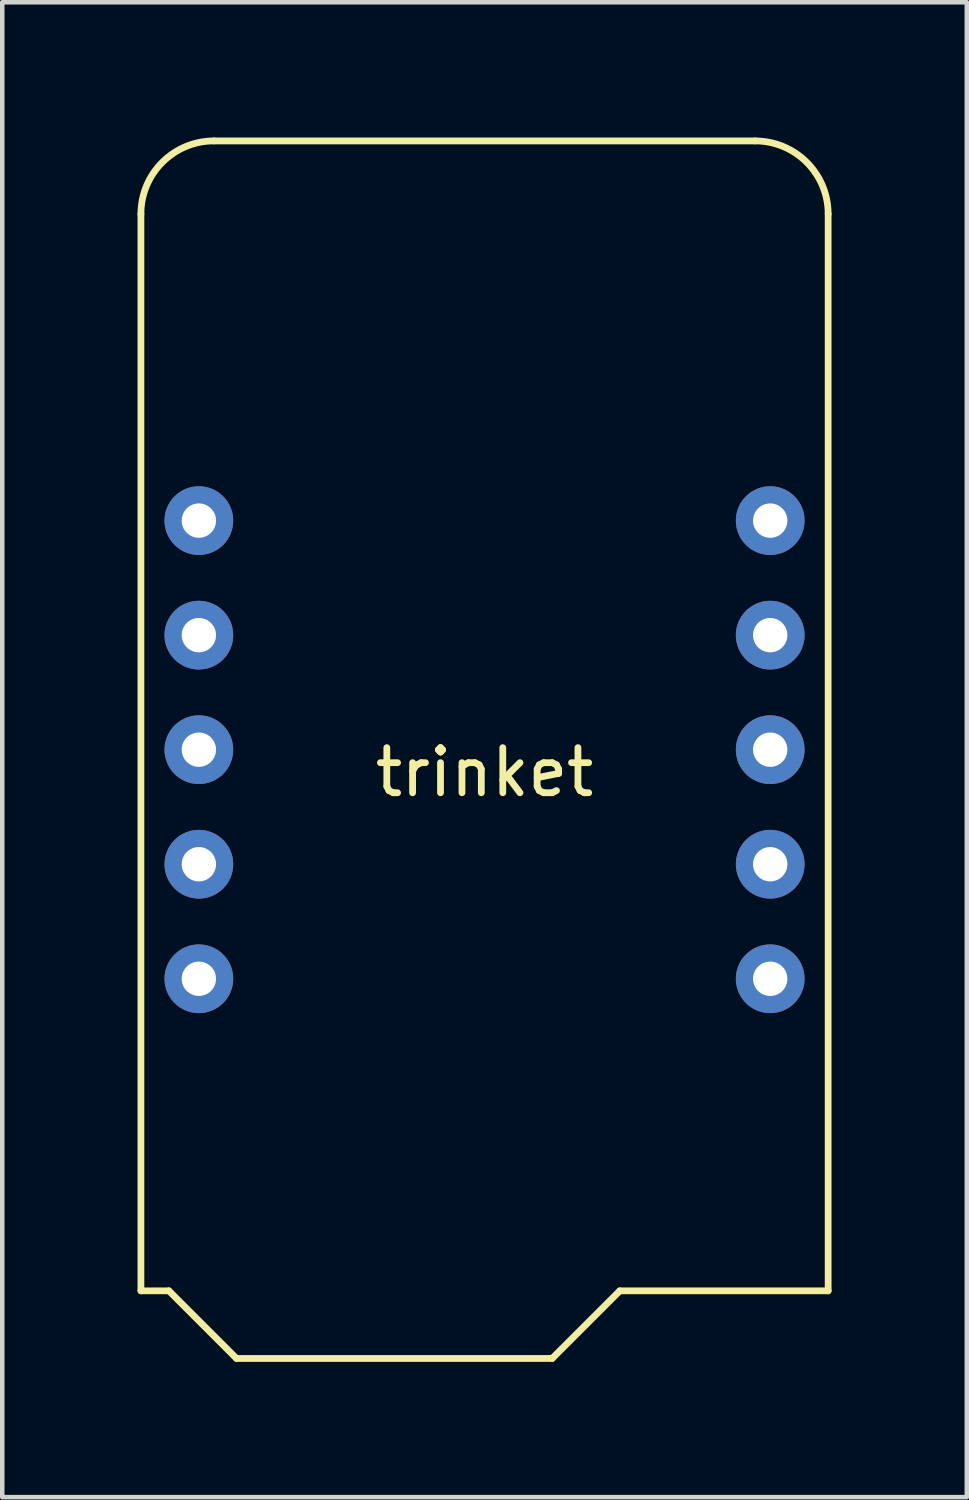
<source format=kicad_pcb>
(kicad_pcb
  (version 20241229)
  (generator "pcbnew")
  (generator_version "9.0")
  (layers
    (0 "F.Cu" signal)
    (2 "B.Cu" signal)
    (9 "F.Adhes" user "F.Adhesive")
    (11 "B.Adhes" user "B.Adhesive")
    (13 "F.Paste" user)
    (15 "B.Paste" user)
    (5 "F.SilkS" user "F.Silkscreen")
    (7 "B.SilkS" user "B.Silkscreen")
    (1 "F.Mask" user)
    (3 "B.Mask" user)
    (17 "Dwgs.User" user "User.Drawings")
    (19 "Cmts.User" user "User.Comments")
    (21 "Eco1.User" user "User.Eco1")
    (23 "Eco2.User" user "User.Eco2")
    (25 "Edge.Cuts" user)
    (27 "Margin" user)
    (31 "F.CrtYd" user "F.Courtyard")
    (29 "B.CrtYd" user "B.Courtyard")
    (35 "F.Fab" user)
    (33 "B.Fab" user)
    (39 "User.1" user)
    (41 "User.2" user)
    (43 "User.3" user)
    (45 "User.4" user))
  (footprint "trinket"
    (layer "F.Cu")
    (at 7.695 13.575)
    (property "Reference" "trinket" (at 0 0.5 0) (layer "F.SilkS") (effects (font (size 1 1) (thickness 0.15))))
    (attr through_hole)
    (fp_line (start -7.62 -11.88) (end -7.62 12) (stroke (width 0.15) (type solid)) (layer "F.SilkS"))
    (fp_line (start -7 12) (end -7.62 12) (stroke (width 0.15) (type solid)) (layer "F.SilkS"))
    (fp_line (start -5.5 13.5) (end -7 12) (stroke (width 0.15) (type solid)) (layer "F.SilkS"))
    (fp_line (start 1.5 13.5) (end -5.5 13.5) (stroke (width 0.15) (type solid)) (layer "F.SilkS"))
    (fp_line (start 3 12) (end 1.5 13.5) (stroke (width 0.15) (type solid)) (layer "F.SilkS"))
    (fp_line (start 6 -13.5) (end -6 -13.5) (stroke (width 0.15) (type solid)) (layer "F.SilkS"))
    (fp_line (start 7.62 -11.88) (end 7.62 12) (stroke (width 0.15) (type solid)) (layer "F.SilkS"))
    (fp_line (start 7.62 12) (end 3 12) (stroke (width 0.15) (type solid)) (layer "F.SilkS"))
    (fp_arc (start -7.62 -11.88) (mid -7.146512 -13.024513) (end -6.002827 -13.499998) (stroke (width 0.15) (type solid)) (layer "F.SilkS"))
    (fp_arc (start 6 -13.5) (mid 7.144513 -13.026512) (end 7.619998 -11.882827) (stroke (width 0.15) (type solid)) (layer "F.SilkS"))
    (pad "1" thru_hole circle (at -6.335 -5.08) (size 1.524 1.524) (drill 0.762) (layers "*.Cu" "*.Mask"))
    (pad "2" thru_hole circle (at -6.335 -2.54) (size 1.524 1.524) (drill 0.762) (layers "*.Cu" "*.Mask"))
    (pad "3" thru_hole circle (at -6.335 0) (size 1.524 1.524) (drill 0.762) (layers "*.Cu" "*.Mask"))
    (pad "4" thru_hole circle (at -6.335 2.54) (size 1.524 1.524) (drill 0.762) (layers "*.Cu" "*.Mask"))
    (pad "5" thru_hole circle (at -6.335 5.08) (size 1.524 1.524) (drill 0.762) (layers "*.Cu" "*.Mask"))
    (pad "6" thru_hole circle (at 6.335 5.08) (size 1.524 1.524) (drill 0.762) (layers "*.Cu" "*.Mask"))
    (pad "7" thru_hole circle (at 6.335 2.54) (size 1.524 1.524) (drill 0.762) (layers "*.Cu" "*.Mask"))
    (pad "8" thru_hole circle (at 6.335 0) (size 1.524 1.524) (drill 0.762) (layers "*.Cu" "*.Mask"))
    (pad "9" thru_hole circle (at 6.335 -2.54) (size 1.524 1.524) (drill 0.762) (layers "*.Cu" "*.Mask"))
    (pad "10" thru_hole circle (at 6.335 -5.08) (size 1.524 1.524) (drill 0.762) (layers "*.Cu" "*.Mask")))
  (gr_rect
    (start -3 -3)
    (end 18.39 30.15)
    (stroke (width 0.1) (type default))
    (fill no)
    (layer "Edge.Cuts")))
</source>
